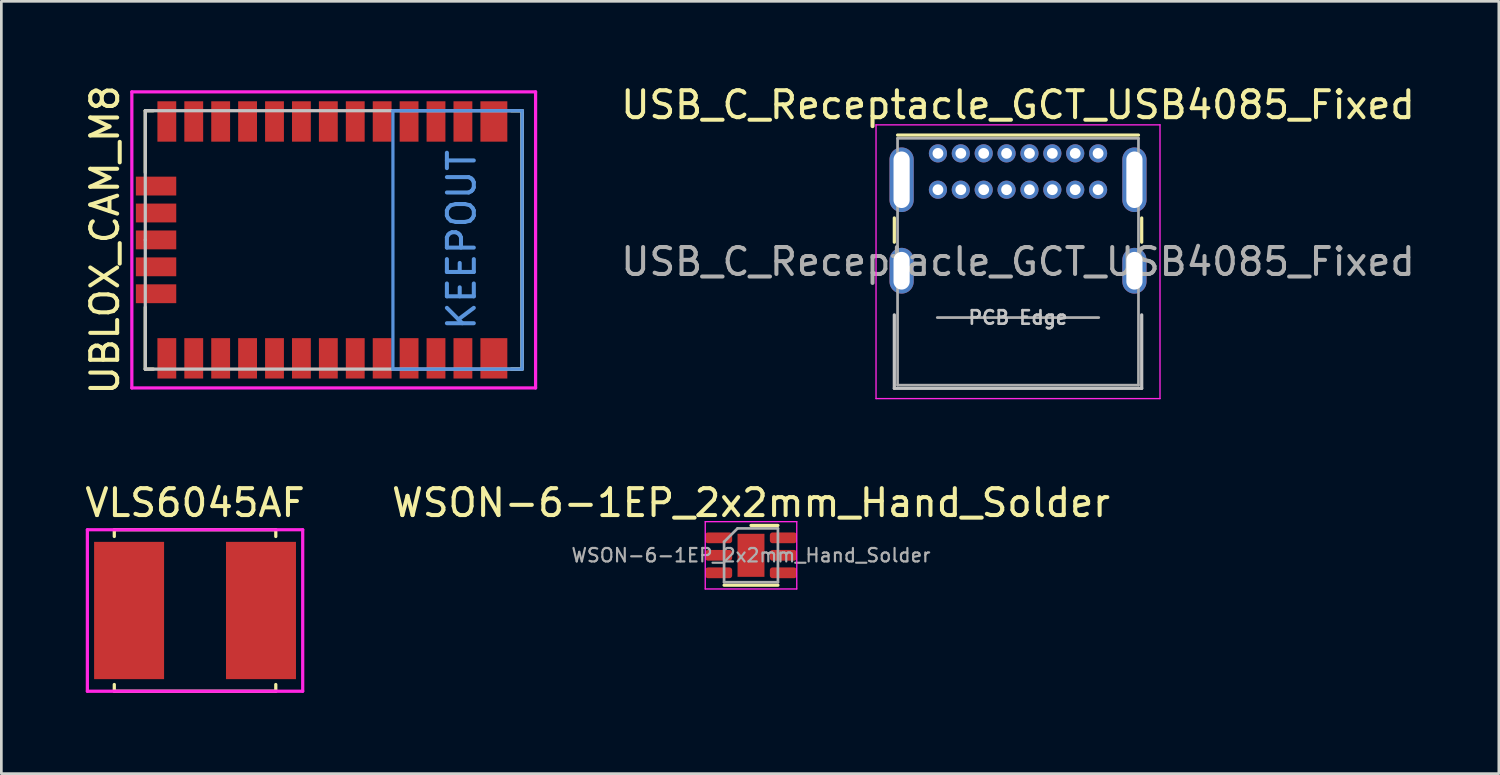
<source format=kicad_pcb>
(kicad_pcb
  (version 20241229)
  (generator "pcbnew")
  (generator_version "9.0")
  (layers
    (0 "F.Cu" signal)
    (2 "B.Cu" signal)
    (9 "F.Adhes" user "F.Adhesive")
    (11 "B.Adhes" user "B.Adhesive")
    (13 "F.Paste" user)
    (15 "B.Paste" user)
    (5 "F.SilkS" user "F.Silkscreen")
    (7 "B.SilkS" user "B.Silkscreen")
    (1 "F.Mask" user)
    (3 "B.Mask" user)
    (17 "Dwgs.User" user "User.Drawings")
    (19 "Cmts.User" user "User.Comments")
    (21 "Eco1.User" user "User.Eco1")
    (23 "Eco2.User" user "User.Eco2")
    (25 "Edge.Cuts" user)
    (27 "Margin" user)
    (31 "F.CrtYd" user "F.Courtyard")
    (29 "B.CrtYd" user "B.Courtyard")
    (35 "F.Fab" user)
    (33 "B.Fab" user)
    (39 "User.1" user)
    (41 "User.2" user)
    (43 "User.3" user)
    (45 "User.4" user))
  (footprint "WSON-6-1EP_2x2mm_Hand_Solder"
    (layer "F.Cu")
    (at 24.851 17.581)
    (property "Reference" "WSON-6-1EP_2x2mm_Hand_Solder" (at 0 -1.95 0) (layer "F.SilkS") (effects (font (size 1 1) (thickness 0.15))))
    (attr smd)
    (fp_line (start -1 1.11) (end 1 1.11) (stroke (width 0.12) (type solid)) (layer "F.SilkS"))
    (fp_line (start 0 -1.11) (end 1 -1.11) (stroke (width 0.12) (type solid)) (layer "F.SilkS"))
    (fp_line (start -1.7 -1.25) (end -1.7 1.25) (stroke (width 0.05) (type solid)) (layer "F.CrtYd"))
    (fp_line (start -1.7 1.25) (end 1.7 1.25) (stroke (width 0.05) (type solid)) (layer "F.CrtYd"))
    (fp_line (start 1.7 -1.25) (end -1.7 -1.25) (stroke (width 0.05) (type solid)) (layer "F.CrtYd"))
    (fp_line (start 1.7 1.25) (end 1.7 -1.25) (stroke (width 0.05) (type solid)) (layer "F.CrtYd"))
    (fp_line (start -1 -0.5) (end -0.5 -1) (stroke (width 0.1) (type solid)) (layer "F.Fab"))
    (fp_line (start -1 1) (end -1 -0.5) (stroke (width 0.1) (type solid)) (layer "F.Fab"))
    (fp_line (start -0.5 -1) (end 1 -1) (stroke (width 0.1) (type solid)) (layer "F.Fab"))
    (fp_line (start 1 -1) (end 1 1) (stroke (width 0.1) (type solid)) (layer "F.Fab"))
    (fp_line (start 1 1) (end -1 1) (stroke (width 0.1) (type solid)) (layer "F.Fab"))
    (fp_text user "${REFERENCE}" (at 0 0 0) (layer "F.Fab") (effects (font (size 0.5 0.5) (thickness 0.08))))
    (pad "" smd roundrect (at 0 -0.4) (size 0.81 0.64) (layers "F.Paste") (roundrect_rratio 0.25))
    (pad "" smd roundrect (at 0 0.4) (size 0.81 0.64) (layers "F.Paste") (roundrect_rratio 0.25))
    (pad "1" smd roundrect (at -1.2 -0.65) (size 1 0.4) (layers "F.Cu" "F.Mask" "F.Paste") (roundrect_rratio 0.25))
    (pad "2" smd roundrect (at -1.2 0) (size 1 0.4) (layers "F.Cu" "F.Mask" "F.Paste") (roundrect_rratio 0.25))
    (pad "3" smd roundrect (at -1.2 0.65) (size 1 0.4) (layers "F.Cu" "F.Mask" "F.Paste") (roundrect_rratio 0.25))
    (pad "4" smd roundrect (at 1.2 0.65) (size 1 0.4) (layers "F.Cu" "F.Mask" "F.Paste") (roundrect_rratio 0.25))
    (pad "5" smd roundrect (at 1.2 0) (size 1 0.4) (layers "F.Cu" "F.Mask" "F.Paste") (roundrect_rratio 0.25))
    (pad "6" smd roundrect (at 1.2 -0.65) (size 1 0.4) (layers "F.Cu" "F.Mask" "F.Paste") (roundrect_rratio 0.25))
    (pad "7" smd rect (at 0 0) (size 1 1.6) (layers "F.Cu" "F.Mask")))
  (footprint "VLS6045AF"
    (layer "F.Cu")
    (at 4.196 19.631)
    (property "Reference" "VLS6045AF" (at 0 -4 0) (layer "F.SilkS") (effects (font (size 1 1) (thickness 0.15))))
    (attr smd)
    (fp_line (start -3 -3) (end 3 -3) (stroke (width 0.12) (type solid)) (layer "F.SilkS"))
    (fp_line (start -3 -2.75) (end -3 -3) (stroke (width 0.12) (type solid)) (layer "F.SilkS"))
    (fp_line (start -3 3) (end -3 2.75) (stroke (width 0.12) (type solid)) (layer "F.SilkS"))
    (fp_line (start 3 -3) (end 3 -2.75) (stroke (width 0.12) (type solid)) (layer "F.SilkS"))
    (fp_line (start 3 3) (end -3 3) (stroke (width 0.12) (type solid)) (layer "F.SilkS"))
    (fp_line (start 3 3) (end 3 2.75) (stroke (width 0.12) (type solid)) (layer "F.SilkS"))
    (fp_line (start -4 -3) (end 4 -3) (stroke (width 0.12) (type solid)) (layer "F.CrtYd"))
    (fp_line (start -4 3) (end -4 -3) (stroke (width 0.12) (type solid)) (layer "F.CrtYd"))
    (fp_line (start 4 -3) (end 4 3) (stroke (width 0.12) (type solid)) (layer "F.CrtYd"))
    (fp_line (start 4 3) (end -4 3) (stroke (width 0.12) (type solid)) (layer "F.CrtYd"))
    (pad "1" smd rect (at -2.45 0) (size 2.6 5.1) (layers "F.Cu" "F.Mask" "F.Paste"))
    (pad "2" smd rect (at 2.45 0) (size 2.6 5.1) (layers "F.Cu" "F.Mask" "F.Paste")))
  (footprint "UBLOX_CAM_M8"
    (layer "F.Cu")
    (at 2.348 5.863)
    (property "Reference" "UBLOX_CAM_M8" (at -1.5 0 90) (layer "F.SilkS") (effects (font (size 1 1) (thickness 0.15))))
    (attr smd)
    (fp_line (start 0 -4.8) (end 0 -2.5) (stroke (width 0.12) (type solid)) (layer "F.SilkS"))
    (fp_line (start 0 -4.8) (end 0.3 -4.8) (stroke (width 0.12) (type solid)) (layer "F.SilkS"))
    (fp_line (start 0 4.8) (end 0 2.5) (stroke (width 0.12) (type solid)) (layer "F.SilkS"))
    (fp_line (start 0 4.8) (end 0.3 4.8) (stroke (width 0.12) (type solid)) (layer "F.SilkS"))
    (fp_line (start 13.6 -4.8) (end 14 -4.8) (stroke (width 0.12) (type solid)) (layer "F.SilkS"))
    (fp_line (start 14 -4.8) (end 14 4.8) (stroke (width 0.12) (type solid)) (layer "F.SilkS"))
    (fp_line (start 14 4.8) (end 13.6 4.8) (stroke (width 0.12) (type solid)) (layer "F.SilkS"))
    (fp_line (start 0 -4.8) (end 14 -4.8) (stroke (width 0.12) (type solid)) (layer "Dwgs.User"))
    (fp_line (start 0 0) (end 0 -4.8) (stroke (width 0.12) (type solid)) (layer "Dwgs.User"))
    (fp_line (start 0 0) (end 0 4.8) (stroke (width 0.12) (type solid)) (layer "Dwgs.User"))
    (fp_line (start 0 4.8) (end 14 4.8) (stroke (width 0.12) (type solid)) (layer "Dwgs.User"))
    (fp_line (start 14 -4.8) (end 14 4.8) (stroke (width 0.12) (type solid)) (layer "Dwgs.User"))
    (fp_line (start 9.2 -4.8) (end 9.2 4.8) (stroke (width 0.12) (type solid)) (layer "Cmts.User"))
    (fp_line (start 9.2 4.8) (end 14 4.8) (stroke (width 0.12) (type solid)) (layer "Cmts.User"))
    (fp_line (start 14 -4.8) (end 9.2 -4.8) (stroke (width 0.12) (type solid)) (layer "Cmts.User"))
    (fp_line (start 14 4.8) (end 14 -4.8) (stroke (width 0.12) (type solid)) (layer "Cmts.User"))
    (fp_line (start -0.5 -5.5) (end 14.5 -5.5) (stroke (width 0.12) (type solid)) (layer "F.CrtYd"))
    (fp_line (start -0.5 5.5) (end -0.5 -5.5) (stroke (width 0.12) (type solid)) (layer "F.CrtYd"))
    (fp_line (start 14.5 -5.5) (end 14.5 5.5) (stroke (width 0.12) (type solid)) (layer "F.CrtYd"))
    (fp_line (start 14.5 5.5) (end -0.5 5.5) (stroke (width 0.12) (type solid)) (layer "F.CrtYd"))
    (fp_text user "KEEPOUT" (at 11.75 0 90) (layer "Cmts.User") (effects (font (size 1 1) (thickness 0.15))))
    (pad "1" smd rect (at 0.8 4.4) (size 0.7 1.5) (layers "F.Cu" "F.Mask" "F.Paste"))
    (pad "2" smd rect (at 1.8 4.4) (size 0.7 1.5) (layers "F.Cu" "F.Mask" "F.Paste"))
    (pad "3" smd rect (at 2.8 4.4) (size 0.7 1.5) (layers "F.Cu" "F.Mask" "F.Paste"))
    (pad "4" smd rect (at 3.8 4.4) (size 0.7 1.5) (layers "F.Cu" "F.Mask" "F.Paste"))
    (pad "5" smd rect (at 4.8 4.4) (size 0.7 1.5) (layers "F.Cu" "F.Mask" "F.Paste"))
    (pad "6" smd rect (at 5.8 4.4) (size 0.7 1.5) (layers "F.Cu" "F.Mask" "F.Paste"))
    (pad "7" smd rect (at 6.8 4.4) (size 0.7 1.5) (layers "F.Cu" "F.Mask" "F.Paste"))
    (pad "8" smd rect (at 7.8 4.4) (size 0.7 1.5) (layers "F.Cu" "F.Mask" "F.Paste"))
    (pad "9" smd rect (at 8.8 4.4) (size 0.7 1.5) (layers "F.Cu" "F.Mask" "F.Paste"))
    (pad "10" smd rect (at 9.8 4.4) (size 0.7 1.5) (layers "F.Cu" "F.Mask" "F.Paste"))
    (pad "11" smd rect (at 10.8 4.4) (size 0.7 1.5) (layers "F.Cu" "F.Mask" "F.Paste"))
    (pad "12" smd rect (at 11.8 4.4) (size 0.7 1.5) (layers "F.Cu" "F.Mask" "F.Paste"))
    (pad "13" smd rect (at 12.95 4.4) (size 1 1.5) (layers "F.Cu" "F.Mask" "F.Paste"))
    (pad "14" smd rect (at 12.95 -4.4) (size 1 1.5) (layers "F.Cu" "F.Mask" "F.Paste"))
    (pad "15" smd rect (at 11.8 -4.4) (size 0.7 1.5) (layers "F.Cu" "F.Mask" "F.Paste"))
    (pad "16" smd rect (at 10.8 -4.4) (size 0.7 1.5) (layers "F.Cu" "F.Mask" "F.Paste"))
    (pad "17" smd rect (at 9.8 -4.4) (size 0.7 1.5) (layers "F.Cu" "F.Mask" "F.Paste"))
    (pad "18" smd rect (at 8.8 -4.4) (size 0.7 1.5) (layers "F.Cu" "F.Mask" "F.Paste"))
    (pad "19" smd rect (at 7.8 -4.4) (size 0.7 1.5) (layers "F.Cu" "F.Mask" "F.Paste"))
    (pad "20" smd rect (at 6.8 -4.4) (size 0.7 1.5) (layers "F.Cu" "F.Mask" "F.Paste"))
    (pad "21" smd rect (at 5.8 -4.4) (size 0.7 1.5) (layers "F.Cu" "F.Mask" "F.Paste"))
    (pad "22" smd rect (at 4.8 -4.4) (size 0.7 1.5) (layers "F.Cu" "F.Mask" "F.Paste"))
    (pad "23" smd rect (at 3.8 -4.4) (size 0.7 1.5) (layers "F.Cu" "F.Mask" "F.Paste"))
    (pad "24" smd rect (at 2.8 -4.4) (size 0.7 1.5) (layers "F.Cu" "F.Mask" "F.Paste"))
    (pad "25" smd rect (at 1.8 -4.4) (size 0.7 1.5) (layers "F.Cu" "F.Mask" "F.Paste"))
    (pad "26" smd rect (at 0.8 -4.4) (size 0.7 1.5) (layers "F.Cu" "F.Mask" "F.Paste"))
    (pad "27" smd rect (at 0.4 -2 90) (size 0.7 1.5) (layers "F.Cu" "F.Mask" "F.Paste"))
    (pad "28" smd rect (at 0.4 -1 90) (size 0.7 1.5) (layers "F.Cu" "F.Mask" "F.Paste"))
    (pad "29" smd rect (at 0.4 0 90) (size 0.7 1.5) (layers "F.Cu" "F.Mask" "F.Paste"))
    (pad "30" smd rect (at 0.4 1 90) (size 0.7 1.5) (layers "F.Cu" "F.Mask" "F.Paste"))
    (pad "31" smd rect (at 0.4 2 90) (size 0.7 1.5) (layers "F.Cu" "F.Mask" "F.Paste")))
  (footprint "USB_C_Receptacle_GCT_USB4085_Fixed"
    (layer "F.Cu")
    (at 34.771 8.748)
    (property "Reference" "USB_C_Receptacle_GCT_USB4085_Fixed" (at 0 -7.9 0) (layer "F.SilkS") (effects (font (size 1 1) (thickness 0.15))))
    (attr through_hole)
    (fp_line (start -4.595 -3.7) (end -4.595 -2.8) (stroke (width 0.12) (type solid)) (layer "F.SilkS"))
    (fp_line (start -4.475 -6.78) (end 4.475 -6.78) (stroke (width 0.12) (type solid)) (layer "F.SilkS"))
    (fp_line (start 4.595 -3.7) (end 4.595 -2.8) (stroke (width 0.12) (type solid)) (layer "F.SilkS"))
    (fp_line (start -4.595 -0.1) (end -4.595 2.63) (stroke (width 0.12) (type solid)) (layer "Dwgs.User"))
    (fp_line (start -4.595 2.63) (end 4.595 2.63) (stroke (width 0.12) (type solid)) (layer "Dwgs.User"))
    (fp_line (start 4.595 -0.1) (end 4.595 2.63) (stroke (width 0.12) (type solid)) (layer "Dwgs.User"))
    (fp_line (start -5.275 -7.16) (end -5.275 3.01) (stroke (width 0.05) (type solid)) (layer "F.CrtYd"))
    (fp_line (start -5.275 -7.16) (end 5.275 -7.16) (stroke (width 0.05) (type solid)) (layer "F.CrtYd"))
    (fp_line (start -5.275 3.01) (end 5.275 3.01) (stroke (width 0.05) (type solid)) (layer "F.CrtYd"))
    (fp_line (start 5.275 -7.16) (end 5.275 3.01) (stroke (width 0.05) (type solid)) (layer "F.CrtYd"))
    (fp_line (start -4.475 -6.66) (end -4.475 2.51) (stroke (width 0.1) (type solid)) (layer "F.Fab"))
    (fp_line (start -4.475 -6.66) (end 4.475 -6.66) (stroke (width 0.1) (type solid)) (layer "F.Fab"))
    (fp_line (start -4.475 2.51) (end 4.475 2.51) (stroke (width 0.1) (type solid)) (layer "F.Fab"))
    (fp_line (start -3 0) (end 3 0) (stroke (width 0.1) (type solid)) (layer "F.Fab"))
    (fp_line (start 4.475 -6.66) (end 4.475 2.51) (stroke (width 0.1) (type solid)) (layer "F.Fab"))
    (fp_text user "PCB Edge" (at 0 0 0) (layer "Dwgs.User") (effects (font (size 0.5 0.5) (thickness 0.1))))
    (fp_text user "${REFERENCE}" (at 0 -2.075 0) (layer "F.Fab") (effects (font (size 1 1) (thickness 0.15))))
    (pad "A1" thru_hole circle (at -2.975 -6.1) (size 0.675 0.675) (drill 0.4) (layers "*.Cu" "*.Mask"))
    (pad "A4" thru_hole circle (at -2.125 -6.1) (size 0.675 0.675) (drill 0.4) (layers "*.Cu" "*.Mask"))
    (pad "A5" thru_hole circle (at -1.275 -6.1) (size 0.675 0.675) (drill 0.4) (layers "*.Cu" "*.Mask"))
    (pad "A6" thru_hole circle (at -0.425 -6.1) (size 0.675 0.675) (drill 0.4) (layers "*.Cu" "*.Mask"))
    (pad "A7" thru_hole circle (at 0.425 -6.1) (size 0.675 0.675) (drill 0.4) (layers "*.Cu" "*.Mask"))
    (pad "A8" thru_hole circle (at 1.275 -6.1) (size 0.675 0.675) (drill 0.4) (layers "*.Cu" "*.Mask"))
    (pad "A9" thru_hole circle (at 2.125 -6.1) (size 0.675 0.675) (drill 0.4) (layers "*.Cu" "*.Mask"))
    (pad "A12" thru_hole circle (at 2.975 -6.1) (size 0.675 0.675) (drill 0.4) (layers "*.Cu" "*.Mask"))
    (pad "B1" thru_hole circle (at 2.975 -4.75) (size 0.675 0.675) (drill 0.4) (layers "*.Cu" "*.Mask"))
    (pad "B4" thru_hole circle (at 2.125 -4.75) (size 0.675 0.675) (drill 0.4) (layers "*.Cu" "*.Mask"))
    (pad "B5" thru_hole circle (at 1.275 -4.75) (size 0.675 0.675) (drill 0.4) (layers "*.Cu" "*.Mask"))
    (pad "B6" thru_hole circle (at 0.425 -4.75) (size 0.675 0.675) (drill 0.4) (layers "*.Cu" "*.Mask"))
    (pad "B7" thru_hole circle (at -0.425 -4.75) (size 0.675 0.675) (drill 0.4) (layers "*.Cu" "*.Mask"))
    (pad "B8" thru_hole circle (at -1.275 -4.75) (size 0.675 0.675) (drill 0.4) (layers "*.Cu" "*.Mask"))
    (pad "B9" thru_hole circle (at -2.125 -4.75) (size 0.675 0.675) (drill 0.4) (layers "*.Cu" "*.Mask"))
    (pad "B12" thru_hole circle (at -2.975 -4.75) (size 0.675 0.675) (drill 0.4) (layers "*.Cu" "*.Mask"))
    (pad "S1" thru_hole oval (at -4.325 -5.12) (size 0.9 2.4) (drill oval 0.6 2.1) (layers "*.Cu" "*.Mask"))
    (pad "S1" thru_hole oval (at -4.325 -1.74) (size 0.9 1.7) (drill oval 0.6 1.4) (layers "*.Cu" "*.Mask"))
    (pad "S1" thru_hole oval (at 4.325 -5.12) (size 0.9 2.4) (drill oval 0.6 2.1) (layers "*.Cu" "*.Mask"))
    (pad "S1" thru_hole oval (at 4.325 -1.74) (size 0.9 1.7) (drill oval 0.6 1.4) (layers "*.Cu" "*.Mask")))
  (gr_rect
    (start -3 -3)
    (end 52.634 25.692)
    (stroke (width 0.1) (type default))
    (fill no)
    (layer "Edge.Cuts")))
</source>
